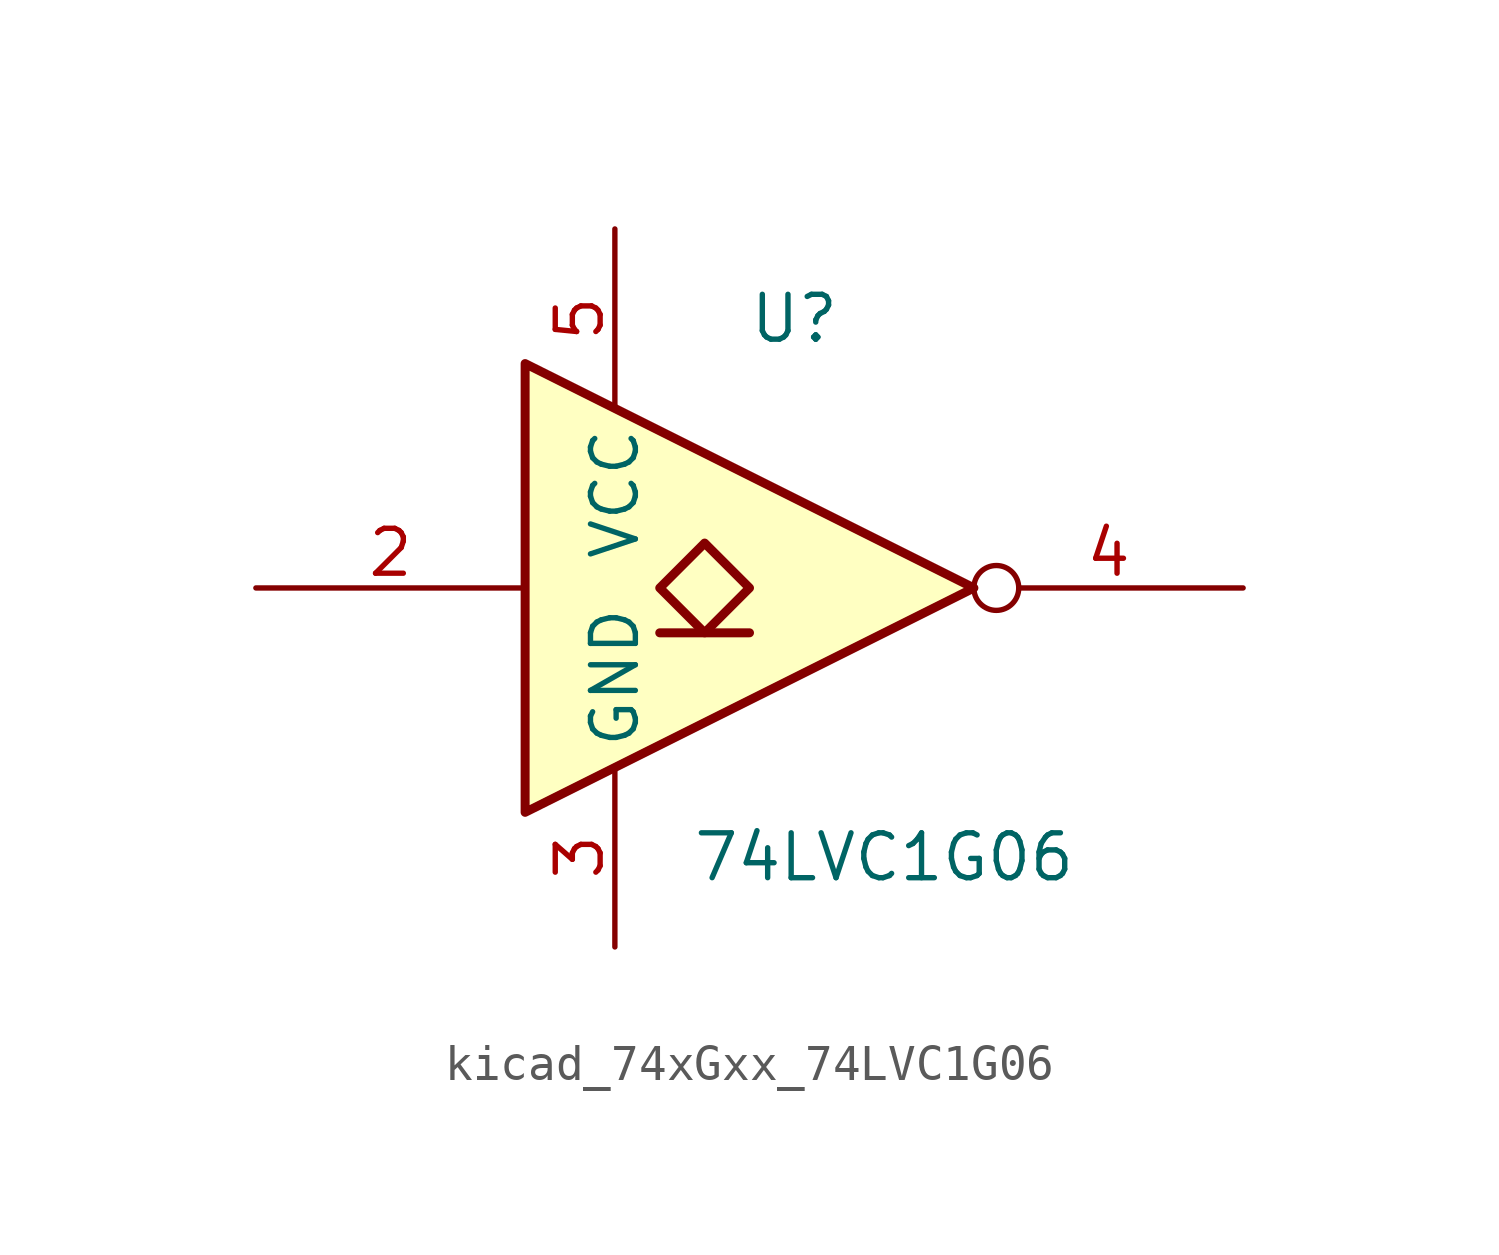
<source format=kicad_sym>
(kicad_symbol_lib
  (version 20220914)
  (generator kicad_symbol_editor)
  (symbol "kicad_74xGxx_74LVC1G06"
    (property "Reference" "U"
      (at 0 7.62 0)
      (effects (font (size 1.27 1.27))))
    (property "Value" "74LVC1G06"
      (at 2.54 -7.62 0)
      (effects (font (size 1.27 1.27))))
    (symbol "kicad_74xGxx_74LVC1G06_0_1"
      (polyline (pts (xy -3.81 -1.27) (xy -1.27 -1.27)) (stroke (width 0.254) (type default)) (fill (type background)))
      (polyline (pts (xy -7.62 6.35) (xy -7.62 -6.35) (xy 5.08 0) (xy -7.62 6.35)) (stroke (width 0.254) (type default)) (fill (type background)))
      (polyline (pts (xy -2.54 1.27) (xy -3.81 0) (xy -2.54 -1.27) (xy -1.27 0) (xy -2.54 1.27)) (stroke (width 0.254) (type default)) (fill (type background))))
    (symbol "kicad_74xGxx_74LVC1G06_1_1"
      (pin input line (at -15.24 0 0) (length 7.62) (name "~" (effects (font (size 1.27 1.27)))) (number "2" (effects (font (size 1.27 1.27)))))
      (pin power_in line (at -5.08 -10.16 90) (length 5.08) (name "GND" (effects (font (size 1.27 1.27)))) (number "3" (effects (font (size 1.27 1.27)))))
      (pin open_collector inverted (at 12.7 0 180) (length 7.62) (name "~" (effects (font (size 1.27 1.27)))) (number "4" (effects (font (size 1.27 1.27)))))
      (pin power_in line (at -5.08 10.16 270) (length 5.08) (name "VCC" (effects (font (size 1.27 1.27)))) (number "5" (effects (font (size 1.27 1.27))))))))
</source>
